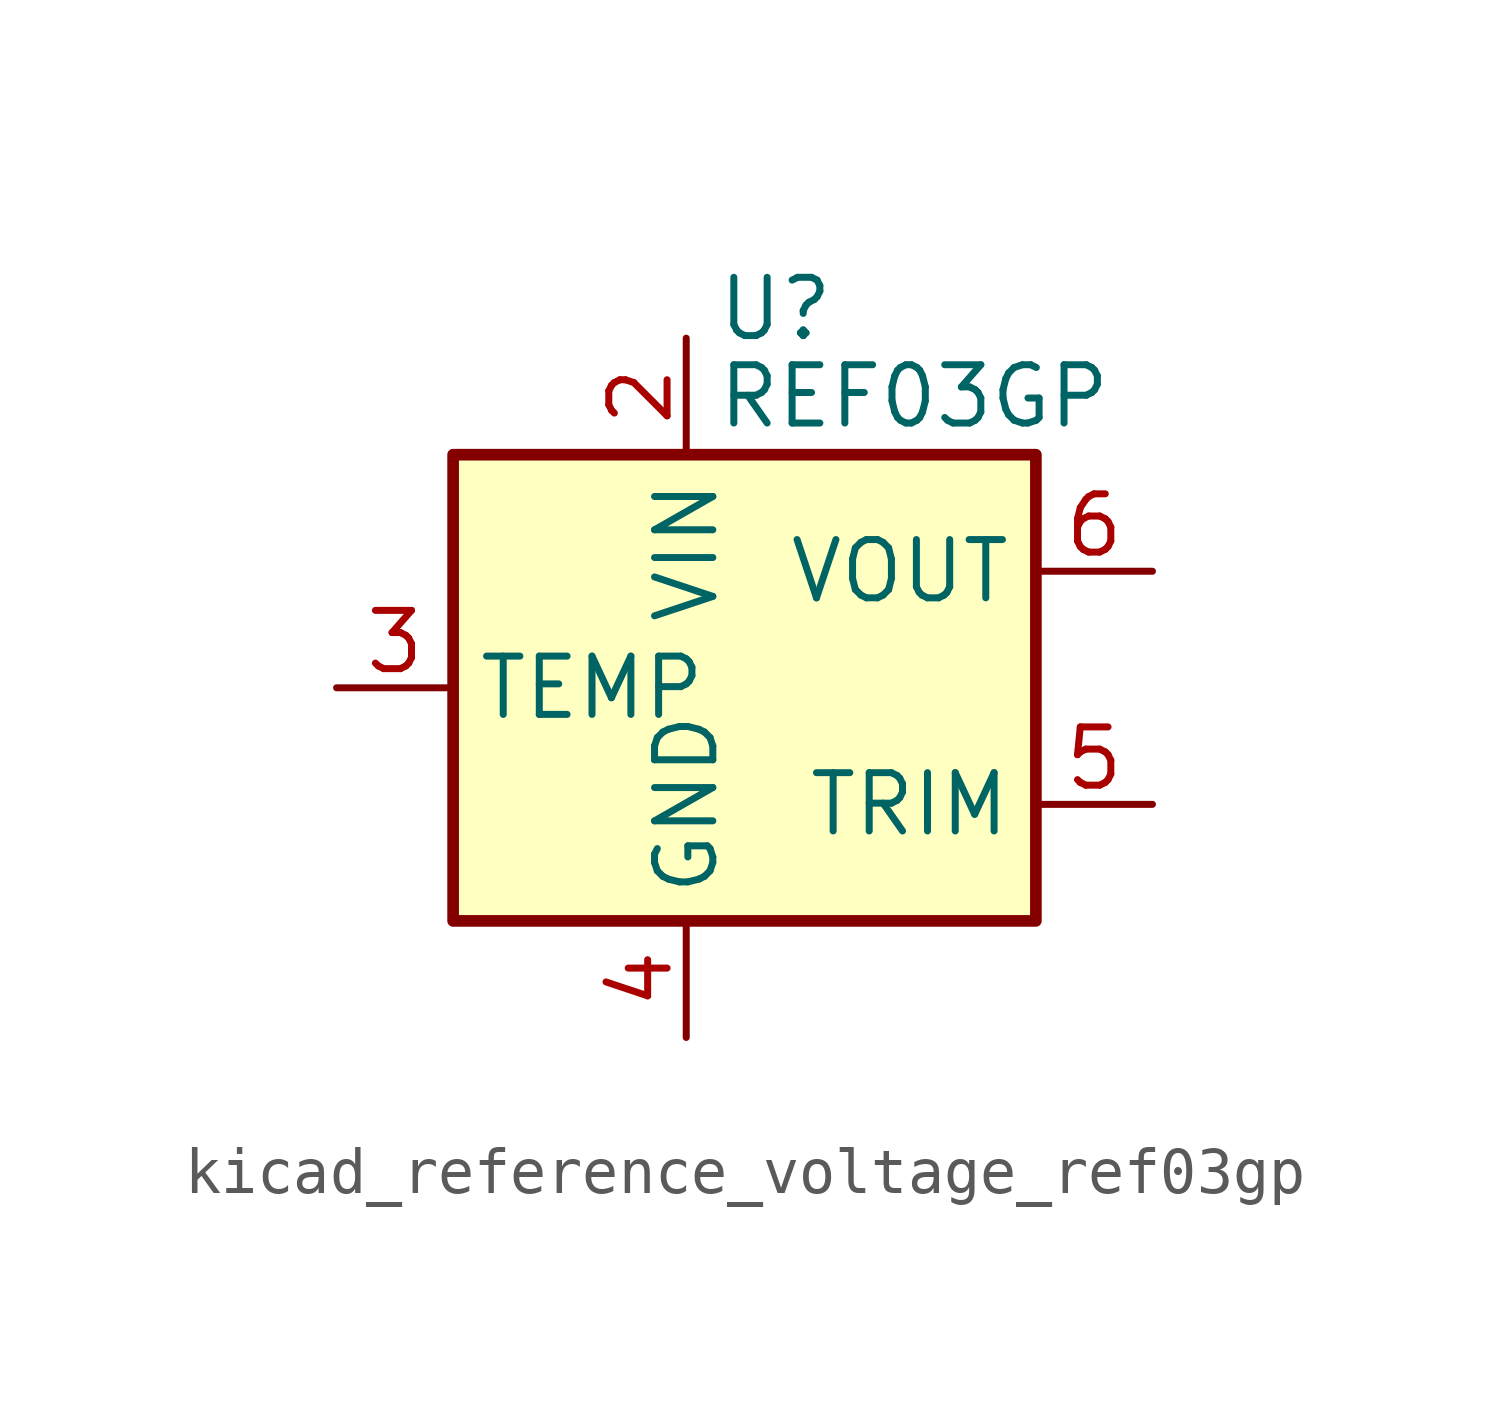
<source format=kicad_sym>
(kicad_symbol_lib
  (version 20220914)
  (generator kicad_symbol_editor)
  (symbol "kicad_reference_voltage_ref03gp"
    (property "Reference" "U"
      (at 0.635 8.255 0)
      (effects (font (size 1.27 1.27)) (justify left)))
    (property "Value" "REF03GP"
      (at 0.635 6.35 0)
      (effects (font (size 1.27 1.27)) (justify left)))
    (symbol "kicad_reference_voltage_ref03gp_0_1"
      (rectangle (start -5.08 5.08) (end 7.62 -5.08) (stroke (width 0.254) (type default)) (fill (type background))))
    (symbol "kicad_reference_voltage_ref03gp_1_1"
      (pin no_connect line (at 2.54 -5.08 90) (length 2.54) hide (name "NC" (effects (font (size 1.27 1.27)))) (number "1" (effects (font (size 1.27 1.27)))))
      (pin power_in line (at 0 7.62 270) (length 2.54) (name "VIN" (effects (font (size 1.27 1.27)))) (number "2" (effects (font (size 1.27 1.27)))))
      (pin passive line (at -7.62 0 0) (length 2.54) (name "TEMP" (effects (font (size 1.27 1.27)))) (number "3" (effects (font (size 1.27 1.27)))))
      (pin power_in line (at 0 -7.62 90) (length 2.54) (name "GND" (effects (font (size 1.27 1.27)))) (number "4" (effects (font (size 1.27 1.27)))))
      (pin passive line (at 10.16 -2.54 180) (length 2.54) (name "TRIM" (effects (font (size 1.27 1.27)))) (number "5" (effects (font (size 1.27 1.27)))))
      (pin power_out line (at 10.16 2.54 180) (length 2.54) (name "VOUT" (effects (font (size 1.27 1.27)))) (number "6" (effects (font (size 1.27 1.27)))))
      (pin no_connect line (at -2.54 -5.08 90) (length 2.54) hide (name "NC" (effects (font (size 1.27 1.27)))) (number "7" (effects (font (size 1.27 1.27)))))
      (pin no_connect line (at 7.62 0 180) (length 2.54) hide (name "NC" (effects (font (size 1.27 1.27)))) (number "8" (effects (font (size 1.27 1.27))))))))
</source>
